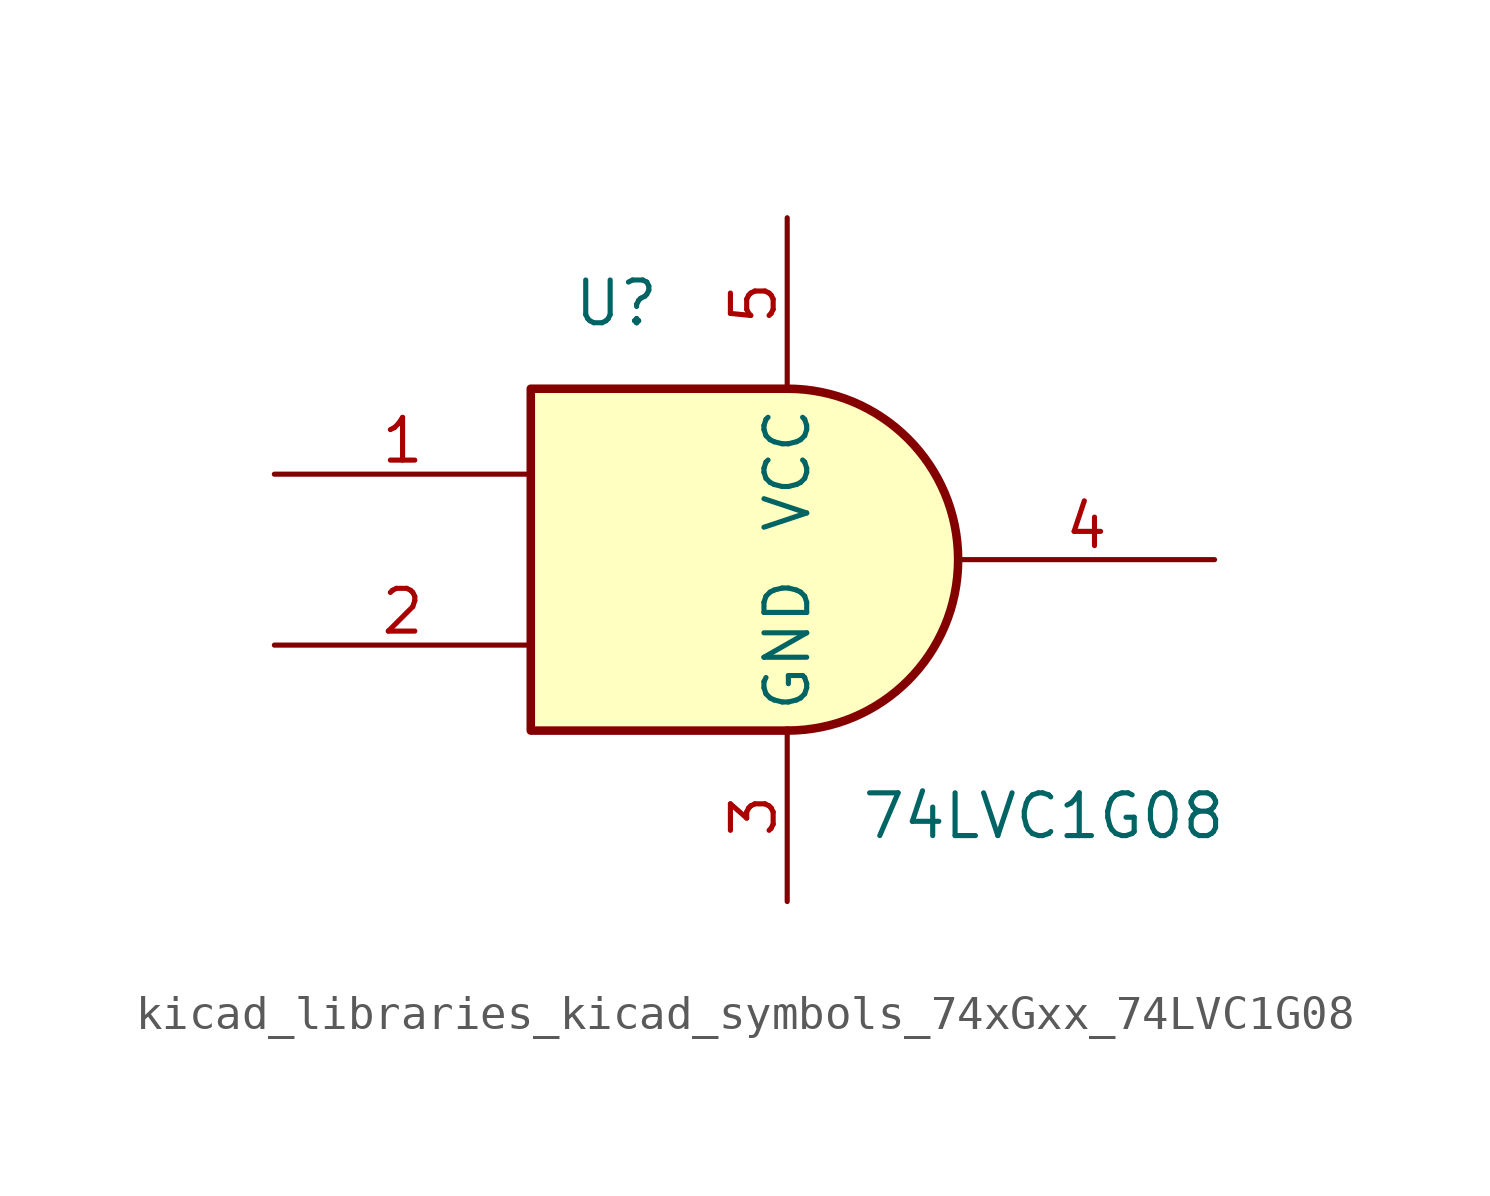
<source format=kicad_sym>
(kicad_symbol_lib
  (version 20220914)
  (generator kicad_symbol_editor)
  (symbol "kicad_libraries_kicad_symbols_74xGxx_74LVC1G08"
    (property "Reference" "U"
      (at -5.08 7.62 0)
      (effects (font (size 1.27 1.27))))
    (property "Value" "74LVC1G08"
      (at 7.62 -7.62 0)
      (effects (font (size 1.27 1.27))))
    (symbol "kicad_libraries_kicad_symbols_74xGxx_74LVC1G08_0_1"
      (arc (start 0 -5.08) (mid 5.0579 0) (end 0 5.08) (stroke (width 0.254) (type default)) (fill (type background)))
      (polyline (pts (xy 0 -5.08) (xy -7.62 -5.08) (xy -7.62 5.08) (xy 0 5.08)) (stroke (width 0.254) (type default)) (fill (type background))))
    (symbol "kicad_libraries_kicad_symbols_74xGxx_74LVC1G08_1_1"
      (pin input line (at -15.24 2.54 0) (length 7.62) (name "~" (effects (font (size 1.27 1.27)))) (number "1" (effects (font (size 1.27 1.27)))))
      (pin input line (at -15.24 -2.54 0) (length 7.62) (name "~" (effects (font (size 1.27 1.27)))) (number "2" (effects (font (size 1.27 1.27)))))
      (pin power_in line (at 0 -10.16 90) (length 5.08) (name "GND" (effects (font (size 1.27 1.27)))) (number "3" (effects (font (size 1.27 1.27)))))
      (pin output line (at 12.7 0 180) (length 7.62) (name "~" (effects (font (size 1.27 1.27)))) (number "4" (effects (font (size 1.27 1.27)))))
      (pin power_in line (at 0 10.16 270) (length 5.08) (name "VCC" (effects (font (size 1.27 1.27)))) (number "5" (effects (font (size 1.27 1.27))))))))
</source>
